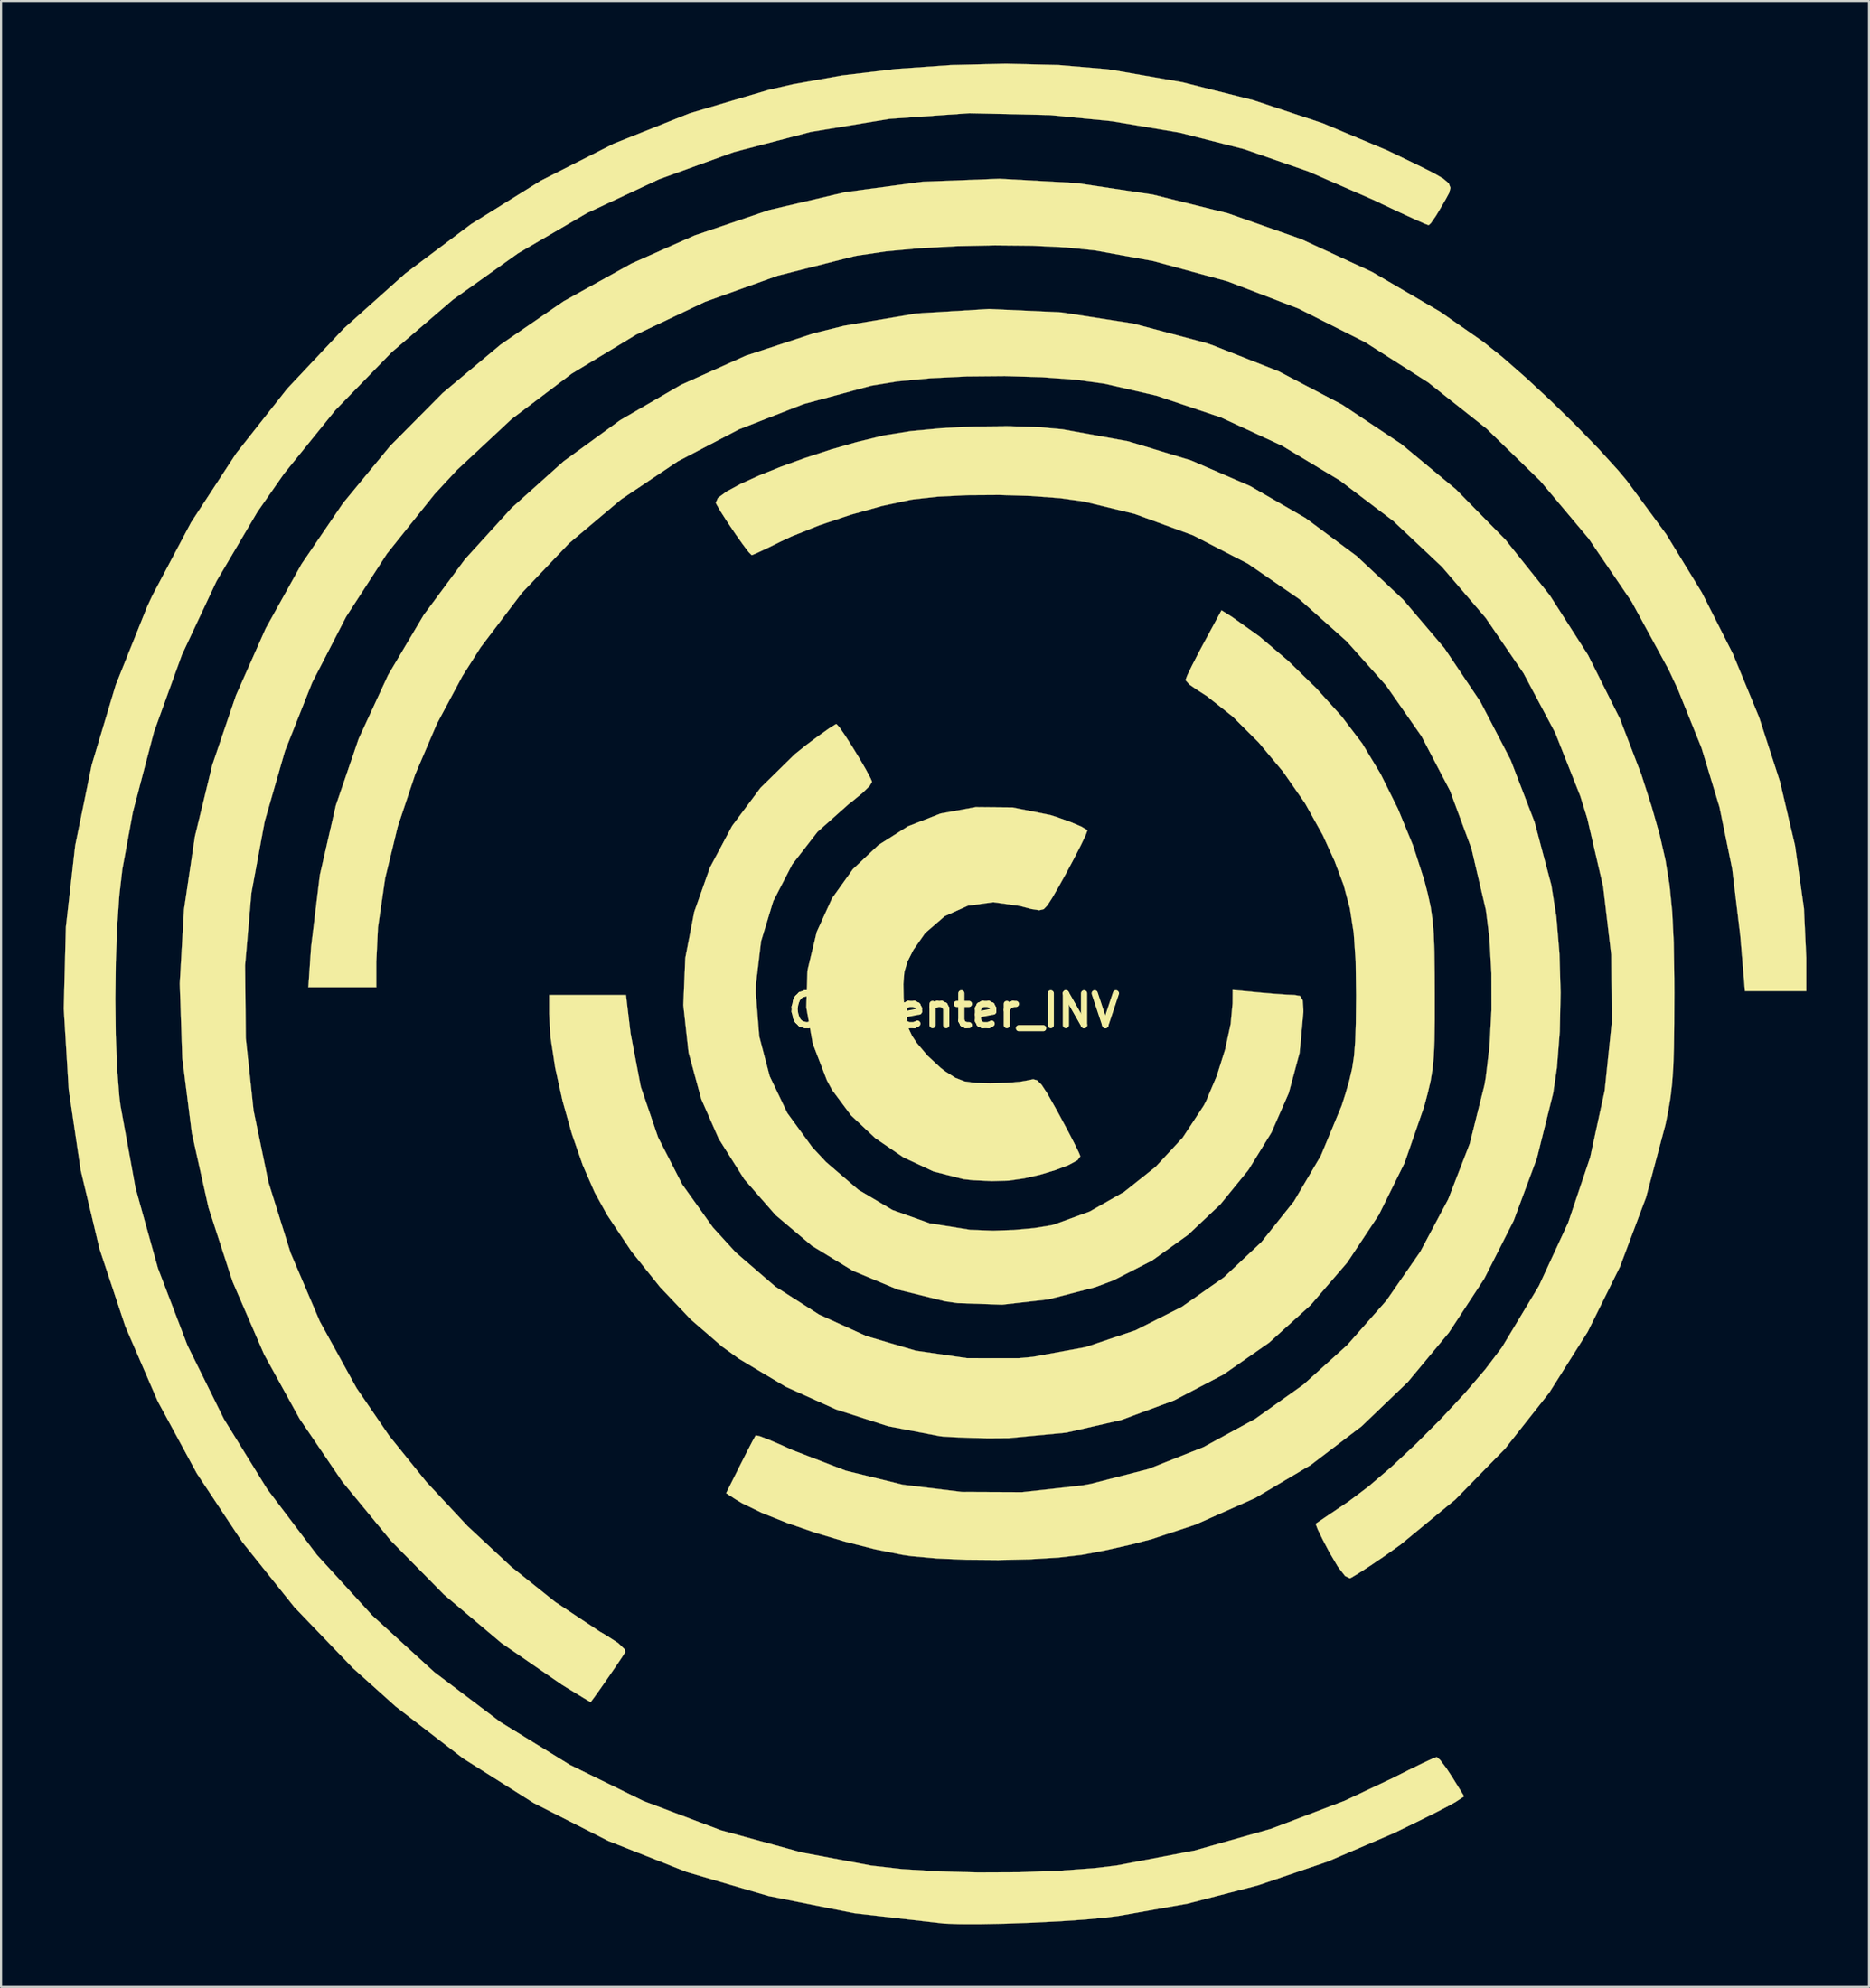
<source format=kicad_pcb>
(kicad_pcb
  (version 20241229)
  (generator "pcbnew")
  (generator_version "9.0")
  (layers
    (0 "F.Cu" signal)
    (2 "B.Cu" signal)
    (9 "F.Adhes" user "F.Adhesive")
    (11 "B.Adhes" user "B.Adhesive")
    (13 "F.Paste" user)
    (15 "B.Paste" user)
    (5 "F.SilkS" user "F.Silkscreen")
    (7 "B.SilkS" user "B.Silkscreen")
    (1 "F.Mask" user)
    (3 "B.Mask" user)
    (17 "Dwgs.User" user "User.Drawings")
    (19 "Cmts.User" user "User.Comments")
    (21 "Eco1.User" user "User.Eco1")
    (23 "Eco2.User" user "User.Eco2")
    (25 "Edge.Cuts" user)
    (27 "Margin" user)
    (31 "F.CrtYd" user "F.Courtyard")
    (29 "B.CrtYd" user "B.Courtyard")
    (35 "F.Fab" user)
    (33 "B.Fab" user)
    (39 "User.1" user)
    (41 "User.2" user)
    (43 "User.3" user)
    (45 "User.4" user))
  (footprint "Carpenter_INV"
    (layer "F.Cu")
    (at 42.629 45.366)
    (property "Reference" "Carpenter_INV" (at 0 0 0) (layer "F.SilkS") (effects (font (size 1.524 1.524) (thickness 0.3))))
    (attr through_hole)
    (fp_poly (pts (xy 2.821 -9.738) (xy 4.632 -9.372) (xy 4.898 -9.288) (xy 5.582 -9.044) (xy 6.102 -8.824) (xy 6.375 -8.663) (xy 6.397 -8.628) (xy 6.311 -8.397) (xy 6.085 -7.928) (xy 5.766 -7.306) (xy 5.4 -6.621) (xy 5.034 -5.96) (xy 4.715 -5.41) (xy 4.49 -5.059) (xy 4.477 -5.041) (xy 4.311 -4.868) (xy 4.093 -4.813) (xy 3.715 -4.873) (xy 3.174 -5.018) (xy 1.892 -5.201) (xy 0.672 -5.031) (xy -0.432 -4.532) (xy -1.368 -3.724) (xy -1.934 -2.916) (xy -2.218 -2.354) (xy -2.368 -1.859) (xy -2.416 -1.276) (xy -2.402 -0.623) (xy -2.345 0.164) (xy -2.224 0.724) (xy -1.996 1.206) (xy -1.779 1.535) (xy -1.257 2.153) (xy -0.625 2.741) (xy -0.406 2.908) (xy 0.075 3.214) (xy 0.516 3.386) (xy 1.06 3.461) (xy 1.752 3.478) (xy 2.501 3.458) (xy 3.16 3.405) (xy 3.583 3.329) (xy 3.804 3.282) (xy 3.996 3.336) (xy 4.203 3.544) (xy 4.475 3.959) (xy 4.858 4.635) (xy 5.034 4.955) (xy 5.438 5.706) (xy 5.771 6.348) (xy 5.992 6.801) (xy 6.061 6.971) (xy 5.925 7.159) (xy 5.504 7.387) (xy 4.881 7.628) (xy 4.139 7.852) (xy 3.364 8.031) (xy 2.638 8.137) (xy 2.634 8.137) (xy 1.829 8.16) (xy 0.924 8.118) (xy 0.47 8.068) (xy -0.976 7.695) (xy -2.413 7.021) (xy -3.756 6.105) (xy -4.922 5.009) (xy -5.827 3.792) (xy -6.072 3.338) (xy -6.751 1.577) (xy -7.061 -0.16) (xy -7.006 -1.898) (xy -6.995 -1.976) (xy -6.561 -3.777) (xy -5.828 -5.386) (xy -4.832 -6.779) (xy -3.609 -7.935) (xy -2.196 -8.832) (xy -0.63 -9.446) (xy 1.055 -9.755) (xy 2.821 -9.738)) (stroke (width 0.01) (type solid)) (fill yes) (layer "F.SilkS"))
    (fp_poly (pts (xy -5.482 -13.586) (xy -5.215 -13.201) (xy -4.875 -12.671) (xy -4.518 -12.088) (xy -4.201 -11.541) (xy -3.979 -11.123) (xy -3.915 -10.968) (xy -4.028 -10.77) (xy -4.38 -10.426) (xy -4.9 -10.001) (xy -5.022 -9.909) (xy -6.526 -8.571) (xy -7.739 -7.007) (xy -8.645 -5.251) (xy -9.229 -3.331) (xy -9.475 -1.28) (xy -9.482 -0.847) (xy -9.317 1.227) (xy -8.817 3.135) (xy -7.974 4.899) (xy -6.779 6.538) (xy -6.118 7.247) (xy -4.574 8.573) (xy -2.934 9.546) (xy -1.16 10.182) (xy 0.787 10.495) (xy 1.881 10.536) (xy 2.865 10.503) (xy 3.838 10.414) (xy 4.638 10.284) (xy 4.788 10.249) (xy 6.509 9.62) (xy 8.161 8.677) (xy 9.671 7.476) (xy 10.966 6.078) (xy 11.975 4.541) (xy 12.097 4.303) (xy 12.597 3.123) (xy 12.998 1.854) (xy 13.263 0.633) (xy 13.355 -0.356) (xy 13.359 -0.995) (xy 14.629 -0.875) (xy 15.347 -0.813) (xy 15.966 -0.769) (xy 16.322 -0.754) (xy 16.588 -0.707) (xy 16.712 -0.503) (xy 16.745 -0.039) (xy 16.745 0.06) (xy 16.564 2.008) (xy 16.041 3.949) (xy 15.212 5.836) (xy 14.109 7.626) (xy 12.767 9.274) (xy 11.219 10.734) (xy 9.499 11.964) (xy 7.64 12.917) (xy 6.773 13.242) (xy 4.534 13.824) (xy 2.318 14.079) (xy 0.186 14.004) (xy -0.408 13.919) (xy -2.695 13.35) (xy -4.831 12.455) (xy -6.787 11.261) (xy -8.53 9.791) (xy -10.03 8.073) (xy -11.255 6.133) (xy -12.091 4.233) (xy -12.7 1.997) (xy -12.951 -0.27) (xy -12.856 -2.529) (xy -12.427 -4.739) (xy -11.676 -6.86) (xy -10.614 -8.853) (xy -9.254 -10.677) (xy -7.608 -12.293) (xy -7.057 -12.734) (xy -6.455 -13.182) (xy -5.968 -13.527) (xy -5.671 -13.715) (xy -5.621 -13.735) (xy -5.482 -13.586)) (stroke (width 0.01) (type solid)) (fill yes) (layer "F.SilkS"))
    (fp_poly (pts (xy 13.326 -18.864) (xy 14.631 -17.934) (xy 16.007 -16.766) (xy 17.354 -15.456) (xy 18.574 -14.101) (xy 19.562 -12.803) (xy 20.44 -11.347) (xy 21.275 -9.667) (xy 21.997 -7.913) (xy 22.531 -6.261) (xy 22.709 -5.574) (xy 22.839 -4.969) (xy 22.929 -4.365) (xy 22.987 -3.681) (xy 23.019 -2.837) (xy 23.033 -1.752) (xy 23.037 -0.847) (xy 23.037 0.431) (xy 23.023 1.412) (xy 22.99 2.177) (xy 22.929 2.805) (xy 22.833 3.377) (xy 22.693 3.972) (xy 22.524 4.599) (xy 21.593 7.282) (xy 20.36 9.773) (xy 18.851 12.051) (xy 17.091 14.098) (xy 15.104 15.896) (xy 12.916 17.424) (xy 10.551 18.665) (xy 8.034 19.599) (xy 5.389 20.208) (xy 2.643 20.473) (xy 1.633 20.48) (xy 0.792 20.46) (xy 0.031 20.429) (xy -0.524 20.395) (xy -0.659 20.381) (xy -3.144 19.901) (xy -5.638 19.097) (xy -8.048 18.009) (xy -10.279 16.674) (xy -11.101 16.08) (xy -12.594 14.788) (xy -14.068 13.234) (xy -15.434 11.529) (xy -16.602 9.779) (xy -17.198 8.699) (xy -17.764 7.407) (xy -18.286 5.908) (xy -18.737 4.313) (xy -19.088 2.73) (xy -19.311 1.271) (xy -19.379 0.164) (xy -19.379 -0.753) (xy -15.699 -0.753) (xy -15.479 1.082) (xy -14.99 3.644) (xy -14.162 6.064) (xy -13.007 8.317) (xy -11.537 10.378) (xy -10.446 11.575) (xy -8.549 13.213) (xy -6.451 14.554) (xy -4.194 15.582) (xy -1.821 16.284) (xy 0.628 16.643) (xy 3.109 16.645) (xy 3.778 16.583) (xy 6.315 16.113) (xy 8.703 15.307) (xy 10.919 14.187) (xy 12.937 12.772) (xy 14.736 11.081) (xy 16.291 9.134) (xy 17.579 6.951) (xy 18.577 4.552) (xy 18.752 4.007) (xy 18.945 3.343) (xy 19.082 2.758) (xy 19.173 2.162) (xy 19.228 1.468) (xy 19.257 0.587) (xy 19.269 -0.57) (xy 19.27 -0.753) (xy 19.249 -2.371) (xy 19.157 -3.72) (xy 18.973 -4.9) (xy 18.675 -6.014) (xy 18.243 -7.164) (xy 17.677 -8.407) (xy 16.826 -9.936) (xy 15.777 -11.446) (xy 14.598 -12.858) (xy 13.356 -14.094) (xy 12.12 -15.074) (xy 11.671 -15.36) (xy 11.291 -15.623) (xy 11.105 -15.827) (xy 11.101 -15.847) (xy 11.185 -16.067) (xy 11.412 -16.537) (xy 11.741 -17.176) (xy 11.962 -17.589) (xy 12.823 -19.181) (xy 13.326 -18.864)) (stroke (width 0.01) (type solid)) (fill yes) (layer "F.SilkS"))
    (fp_poly (pts (xy 5.154 -33.453) (xy 8.598 -32.916) (xy 12.016 -32.005) (xy 12.373 -31.888) (xy 15.571 -30.623) (xy 18.597 -29.035) (xy 21.429 -27.147) (xy 24.045 -24.98) (xy 26.424 -22.558) (xy 28.542 -19.903) (xy 30.377 -17.036) (xy 31.906 -13.981) (xy 32.931 -11.31) (xy 33.421 -9.784) (xy 33.801 -8.451) (xy 34.083 -7.222) (xy 34.281 -6.008) (xy 34.409 -4.72) (xy 34.48 -3.268) (xy 34.507 -1.562) (xy 34.509 -0.847) (xy 34.505 0.62) (xy 34.489 1.781) (xy 34.458 2.71) (xy 34.404 3.476) (xy 34.325 4.153) (xy 34.215 4.81) (xy 34.084 5.456) (xy 33.154 8.941) (xy 31.909 12.255) (xy 30.36 15.378) (xy 28.521 18.292) (xy 26.404 20.977) (xy 24.022 23.413) (xy 21.388 25.581) (xy 20.64 26.114) (xy 19.985 26.559) (xy 19.429 26.92) (xy 19.058 27.145) (xy 18.973 27.187) (xy 18.742 27.077) (xy 18.396 26.629) (xy 17.997 25.952) (xy 17.669 25.329) (xy 17.436 24.849) (xy 17.337 24.593) (xy 17.338 24.572) (xy 17.513 24.452) (xy 17.928 24.171) (xy 18.513 23.776) (xy 18.909 23.509) (xy 19.867 22.789) (xy 20.975 21.839) (xy 22.16 20.731) (xy 23.349 19.537) (xy 24.469 18.332) (xy 25.449 17.187) (xy 26.216 16.176) (xy 26.277 16.087) (xy 28.027 13.176) (xy 29.429 10.147) (xy 30.48 7.023) (xy 31.176 3.827) (xy 31.514 0.584) (xy 31.49 -2.684) (xy 31.102 -5.953) (xy 30.346 -9.199) (xy 30.009 -10.281) (xy 28.808 -13.312) (xy 27.289 -16.166) (xy 25.474 -18.821) (xy 23.388 -21.259) (xy 21.054 -23.458) (xy 18.495 -25.399) (xy 15.735 -27.06) (xy 12.797 -28.422) (xy 9.705 -29.464) (xy 7.244 -30.034) (xy 5.858 -30.228) (xy 4.224 -30.35) (xy 2.446 -30.403) (xy 0.629 -30.386) (xy -1.124 -30.3) (xy -2.708 -30.147) (xy -3.951 -29.942) (xy -7.197 -29.06) (xy -10.29 -27.849) (xy -13.209 -26.322) (xy -15.928 -24.498) (xy -18.427 -22.391) (xy -20.68 -20.02) (xy -22.666 -17.399) (xy -23.538 -16.024) (xy -24.76 -13.737) (xy -25.798 -11.312) (xy -26.629 -8.827) (xy -27.231 -6.359) (xy -27.578 -3.989) (xy -27.658 -2.338) (xy -27.658 -1.129) (xy -30.91 -1.129) (xy -30.778 -3.057) (xy -30.358 -6.504) (xy -29.592 -9.838) (xy -28.496 -13.038) (xy -27.088 -16.083) (xy -25.386 -18.955) (xy -23.406 -21.631) (xy -21.167 -24.092) (xy -18.686 -26.317) (xy -15.98 -28.286) (xy -13.067 -29.979) (xy -9.965 -31.375) (xy -6.691 -32.453) (xy -5.242 -32.813) (xy -1.774 -33.402) (xy 1.694 -33.615) (xy 5.154 -33.453)) (stroke (width 0.01) (type solid)) (fill yes) (layer "F.SilkS"))
    (fp_poly (pts (xy 5.876 -39.647) (xy 9.533 -39.094) (xy 13.128 -38.198) (xy 16.637 -36.962) (xy 20.033 -35.39) (xy 23.292 -33.484) (xy 25.363 -32.039) (xy 26.305 -31.285) (xy 27.407 -30.318) (xy 28.589 -29.219) (xy 29.77 -28.063) (xy 30.87 -26.93) (xy 31.808 -25.897) (xy 32.226 -25.4) (xy 34.122 -22.821) (xy 35.826 -20.033) (xy 37.316 -17.092) (xy 38.57 -14.054) (xy 39.569 -10.974) (xy 40.292 -7.907) (xy 40.716 -4.91) (xy 40.828 -2.534) (xy 40.828 -0.941) (xy 37.894 -0.941) (xy 37.667 -3.622) (xy 37.283 -6.797) (xy 36.675 -9.752) (xy 35.814 -12.589) (xy 34.675 -15.409) (xy 34.244 -16.329) (xy 32.465 -19.597) (xy 30.406 -22.621) (xy 28.085 -25.387) (xy 25.518 -27.884) (xy 22.721 -30.099) (xy 19.71 -32.022) (xy 16.502 -33.639) (xy 13.113 -34.94) (xy 9.56 -35.912) (xy 6.773 -36.421) (xy 5.389 -36.566) (xy 3.754 -36.647) (xy 1.971 -36.665) (xy 0.141 -36.625) (xy -1.635 -36.527) (xy -3.255 -36.376) (xy -4.617 -36.172) (xy -4.783 -36.139) (xy -8.438 -35.209) (xy -11.92 -33.956) (xy -15.212 -32.389) (xy -18.301 -30.517) (xy -21.17 -28.35) (xy -23.804 -25.894) (xy -24.871 -24.741) (xy -27.148 -21.892) (xy -29.102 -18.875) (xy -30.73 -15.717) (xy -32.031 -12.443) (xy -33.001 -9.078) (xy -33.638 -5.647) (xy -33.942 -2.177) (xy -33.908 1.308) (xy -33.535 4.782) (xy -32.821 8.219) (xy -31.764 11.595) (xy -30.361 14.884) (xy -28.611 18.061) (xy -28.59 18.094) (xy -27.044 20.356) (xy -25.257 22.573) (xy -23.292 24.682) (xy -21.211 26.621) (xy -19.079 28.327) (xy -16.958 29.737) (xy -16.671 29.904) (xy -16.076 30.288) (xy -15.765 30.586) (xy -15.739 30.73) (xy -15.906 30.991) (xy -16.2 31.427) (xy -16.557 31.947) (xy -16.914 32.46) (xy -17.208 32.874) (xy -17.376 33.097) (xy -17.393 33.114) (xy -17.554 33.023) (xy -17.959 32.779) (xy -18.531 32.429) (xy -18.759 32.289) (xy -21.666 30.285) (xy -24.415 27.966) (xy -26.967 25.374) (xy -29.285 22.553) (xy -31.33 19.543) (xy -33.028 16.463) (xy -34.538 12.978) (xy -35.689 9.438) (xy -36.489 5.863) (xy -36.946 2.276) (xy -37.068 -1.302) (xy -36.865 -4.85) (xy -36.343 -8.347) (xy -35.511 -11.771) (xy -34.378 -15.101) (xy -32.951 -18.315) (xy -31.239 -21.393) (xy -29.25 -24.312) (xy -26.992 -27.053) (xy -24.474 -29.592) (xy -21.703 -31.909) (xy -18.688 -33.982) (xy -15.436 -35.791) (xy -12.413 -37.136) (xy -8.84 -38.353) (xy -5.199 -39.209) (xy -1.515 -39.708) (xy 2.185 -39.853) (xy 5.876 -39.647)) (stroke (width 0.01) (type solid)) (fill yes) (layer "F.SilkS"))
    (fp_poly (pts (xy 4.166 -27.948) (xy 5.202 -27.853) (xy 8.355 -27.276) (xy 11.359 -26.362) (xy 14.196 -25.131) (xy 16.847 -23.598) (xy 19.294 -21.781) (xy 21.518 -19.697) (xy 23.5 -17.363) (xy 25.223 -14.797) (xy 26.668 -12.016) (xy 27.816 -9.037) (xy 28.618 -6.021) (xy 28.859 -4.503) (xy 29.007 -2.744) (xy 29.062 -0.87) (xy 29.023 0.995) (xy 28.887 2.726) (xy 28.706 3.951) (xy 27.924 7.077) (xy 26.819 10.044) (xy 25.408 12.831) (xy 23.712 15.417) (xy 21.747 17.782) (xy 19.533 19.905) (xy 17.089 21.764) (xy 14.434 23.34) (xy 11.586 24.61) (xy 9.507 25.302) (xy 8.479 25.571) (xy 7.317 25.835) (xy 6.252 26.042) (xy 6.12 26.064) (xy 4.998 26.195) (xy 3.629 26.278) (xy 2.127 26.313) (xy 0.607 26.299) (xy -0.816 26.236) (xy -2.029 26.125) (xy -2.446 26.064) (xy -3.779 25.795) (xy -5.205 25.43) (xy -6.64 24.999) (xy -7.997 24.53) (xy -9.191 24.051) (xy -10.136 23.591) (xy -10.45 23.402) (xy -10.9 23.107) (xy -10.226 21.761) (xy -9.902 21.122) (xy -9.645 20.627) (xy -9.497 20.36) (xy -9.482 20.338) (xy -9.294 20.38) (xy -8.842 20.554) (xy -8.204 20.829) (xy -7.733 21.043) (xy -5.165 22.034) (xy -2.44 22.705) (xy 0.388 23.05) (xy 3.271 23.063) (xy 6.156 22.739) (xy 6.553 22.667) (xy 9.317 21.955) (xy 11.955 20.907) (xy 14.44 19.55) (xy 16.747 17.909) (xy 18.85 16.01) (xy 20.723 13.881) (xy 22.342 11.546) (xy 23.68 9.034) (xy 24.713 6.368) (xy 25.414 3.577) (xy 25.478 3.212) (xy 25.662 1.692) (xy 25.754 -0.027) (xy 25.752 -1.8) (xy 25.656 -3.485) (xy 25.488 -4.82) (xy 24.797 -7.764) (xy 23.769 -10.54) (xy 22.405 -13.146) (xy 20.707 -15.581) (xy 18.819 -17.697) (xy 16.55 -19.718) (xy 14.096 -21.411) (xy 11.463 -22.773) (xy 8.656 -23.802) (xy 6.243 -24.392) (xy 5.097 -24.554) (xy 3.701 -24.66) (xy 2.177 -24.708) (xy 0.647 -24.698) (xy -0.769 -24.627) (xy -1.95 -24.495) (xy -2.07 -24.475) (xy -3.445 -24.178) (xy -4.95 -23.755) (xy -6.441 -23.253) (xy -7.773 -22.719) (xy -8.321 -22.461) (xy -8.94 -22.156) (xy -9.418 -21.931) (xy -9.665 -21.828) (xy -9.678 -21.825) (xy -9.82 -21.969) (xy -10.101 -22.339) (xy -10.459 -22.844) (xy -10.829 -23.393) (xy -11.151 -23.894) (xy -11.361 -24.255) (xy -11.397 -24.333) (xy -11.294 -24.563) (xy -10.879 -24.871) (xy -10.202 -25.237) (xy -9.314 -25.641) (xy -8.266 -26.063) (xy -7.108 -26.483) (xy -5.892 -26.88) (xy -4.667 -27.234) (xy -3.485 -27.525) (xy -3.293 -27.567) (xy -2.061 -27.765) (xy -0.578 -27.906) (xy 1.034 -27.986) (xy 2.656 -28.002) (xy 4.166 -27.948)) (stroke (width 0.01) (type solid)) (fill yes) (layer "F.SilkS"))
    (fp_poly (pts (xy 5.022 -45.298) (xy 7.312 -45.101) (xy 7.531 -45.073) (xy 10.936 -44.479) (xy 14.351 -43.615) (xy 17.666 -42.513) (xy 20.77 -41.208) (xy 21.167 -41.017) (xy 22.208 -40.513) (xy 22.953 -40.141) (xy 23.439 -39.862) (xy 23.704 -39.635) (xy 23.787 -39.418) (xy 23.723 -39.171) (xy 23.551 -38.854) (xy 23.4 -38.592) (xy 23.093 -38.077) (xy 22.851 -37.728) (xy 22.745 -37.63) (xy 22.544 -37.707) (xy 22.066 -37.919) (xy 21.374 -38.238) (xy 20.531 -38.635) (xy 20.111 -38.836) (xy 16.993 -40.199) (xy 13.928 -41.266) (xy 10.818 -42.062) (xy 7.568 -42.611) (xy 4.623 -42.904) (xy 0.751 -42.995) (xy -3.083 -42.722) (xy -6.854 -42.096) (xy -10.541 -41.127) (xy -14.12 -39.828) (xy -17.57 -38.21) (xy -20.867 -36.284) (xy -23.989 -34.061) (xy -26.913 -31.552) (xy -29.618 -28.77) (xy -32.079 -25.724) (xy -33.352 -23.895) (xy -35.311 -20.577) (xy -36.966 -17.053) (xy -38.306 -13.354) (xy -39.317 -9.51) (xy -39.821 -6.773) (xy -39.965 -5.529) (xy -40.07 -4.013) (xy -40.134 -2.327) (xy -40.156 -0.572) (xy -40.136 1.151) (xy -40.073 2.739) (xy -39.966 4.094) (xy -39.915 4.516) (xy -39.189 8.492) (xy -38.116 12.334) (xy -36.702 16.029) (xy -34.955 19.56) (xy -32.883 22.914) (xy -30.493 26.075) (xy -27.845 28.974) (xy -24.877 31.684) (xy -21.72 34.069) (xy -18.378 36.128) (xy -14.855 37.857) (xy -11.154 39.256) (xy -7.28 40.321) (xy -3.951 40.949) (xy -2.471 41.118) (xy -0.727 41.228) (xy 1.173 41.278) (xy 3.12 41.269) (xy 5.007 41.201) (xy 6.726 41.073) (xy 7.799 40.944) (xy 11.531 40.229) (xy 15.194 39.188) (xy 18.713 37.847) (xy 21.002 36.766) (xy 21.789 36.369) (xy 22.454 36.044) (xy 22.925 35.826) (xy 23.131 35.748) (xy 23.299 35.895) (xy 23.588 36.277) (xy 23.859 36.689) (xy 24.444 37.631) (xy 24.028 37.903) (xy 23.715 38.079) (xy 23.134 38.38) (xy 22.357 38.768) (xy 21.458 39.208) (xy 21.073 39.394) (xy 17.909 40.754) (xy 14.581 41.89) (xy 11.199 42.77) (xy 7.872 43.361) (xy 7.244 43.44) (xy 6.263 43.533) (xy 5.077 43.615) (xy 3.785 43.681) (xy 2.483 43.729) (xy 1.269 43.754) (xy 0.241 43.752) (xy -0.47 43.724) (xy -4.761 43.229) (xy -8.869 42.405) (xy -12.796 41.251) (xy -16.543 39.768) (xy -20.112 37.953) (xy -23.505 35.808) (xy -26.723 33.33) (xy -28.776 31.488) (xy -31.575 28.574) (xy -34.068 25.457) (xy -36.252 22.16) (xy -38.123 18.707) (xy -39.676 15.119) (xy -40.907 11.422) (xy -41.812 7.637) (xy -42.385 3.788) (xy -42.624 -0.101) (xy -42.522 -4.007) (xy -42.077 -7.907) (xy -41.284 -11.778) (xy -40.138 -15.597) (xy -38.636 -19.339) (xy -38.38 -19.891) (xy -36.527 -23.389) (xy -34.366 -26.698) (xy -31.92 -29.801) (xy -29.215 -32.677) (xy -26.274 -35.308) (xy -23.122 -37.675) (xy -19.782 -39.757) (xy -16.278 -41.536) (xy -12.635 -42.992) (xy -8.877 -44.107) (xy -7.707 -44.377) (xy -5.352 -44.799) (xy -2.794 -45.107) (xy -0.14 -45.296) (xy 2.502 -45.361) (xy 5.022 -45.298)) (stroke (width 0.01) (type solid)) (fill yes) (layer "F.SilkS")))
  (gr_rect
    (start -3 -3)
    (end 86.462 92.125)
    (stroke (width 0.1) (type default))
    (fill no)
    (layer "Edge.Cuts")))
</source>
